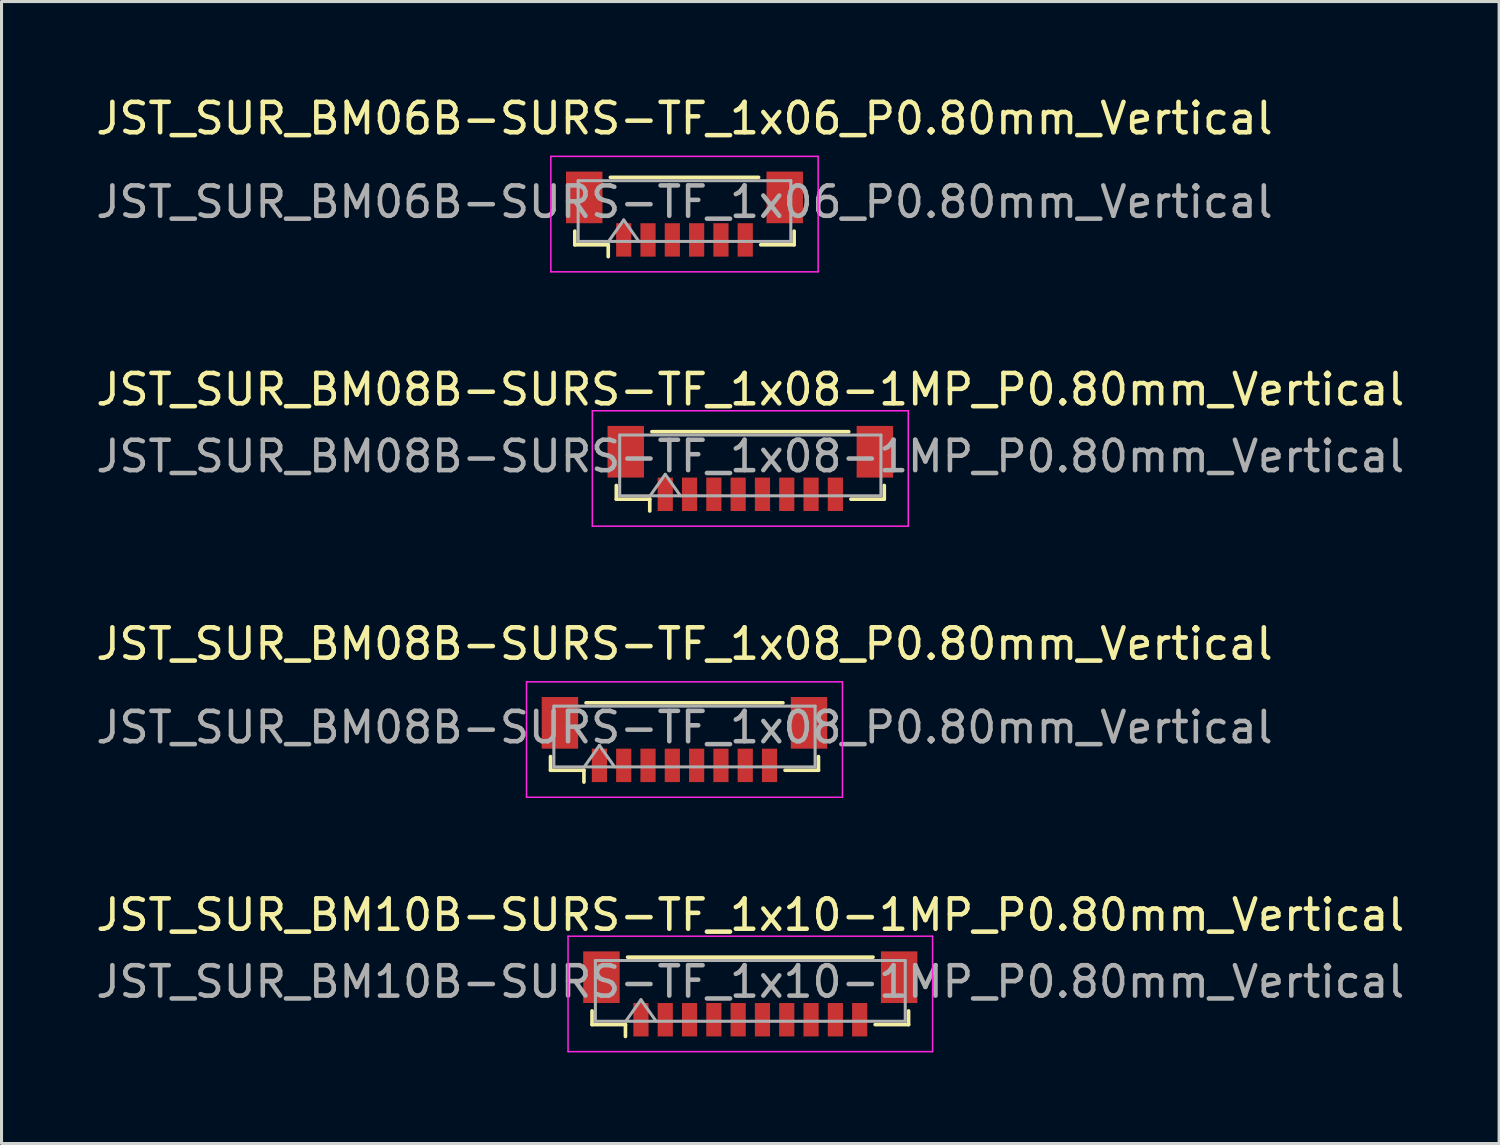
<source format=kicad_pcb>
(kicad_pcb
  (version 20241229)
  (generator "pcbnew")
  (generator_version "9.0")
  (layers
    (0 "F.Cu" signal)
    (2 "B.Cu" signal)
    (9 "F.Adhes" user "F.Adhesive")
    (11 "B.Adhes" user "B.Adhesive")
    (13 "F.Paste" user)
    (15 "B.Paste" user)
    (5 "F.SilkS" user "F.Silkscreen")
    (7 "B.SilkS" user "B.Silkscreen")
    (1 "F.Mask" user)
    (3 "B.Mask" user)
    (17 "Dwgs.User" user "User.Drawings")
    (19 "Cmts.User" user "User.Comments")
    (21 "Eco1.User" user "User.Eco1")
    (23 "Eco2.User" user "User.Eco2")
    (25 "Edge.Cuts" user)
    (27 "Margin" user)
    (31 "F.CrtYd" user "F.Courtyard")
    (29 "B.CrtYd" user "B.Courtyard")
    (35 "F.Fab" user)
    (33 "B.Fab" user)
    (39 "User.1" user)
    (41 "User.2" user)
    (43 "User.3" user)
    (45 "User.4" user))
  (footprint "JST_SUR_BM08B-SURS-TF_1x08-1MP_P0.80mm_Vertical"
    (layer "F.Cu")
    (at 21.649 12.371)
    (property "Reference" "JST_SUR_BM08B-SURS-TF_1x08-1MP_P0.80mm_Vertical" (at 0 -2.6 0) (layer "F.SilkS") (effects (font (size 1 1) (thickness 0.15))))
    (attr smd)
    (fp_line (start -4.41 0.56) (end -4.41 1.01) (stroke (width 0.12) (type solid)) (layer "F.SilkS"))
    (fp_line (start -4.41 1.01) (end -3.31 1.01) (stroke (width 0.12) (type solid)) (layer "F.SilkS"))
    (fp_line (start -3.31 1.01) (end -3.31 1.4) (stroke (width 0.12) (type solid)) (layer "F.SilkS"))
    (fp_line (start -3.24 -1.21) (end 3.24 -1.21) (stroke (width 0.12) (type solid)) (layer "F.SilkS"))
    (fp_line (start 4.41 0.56) (end 4.41 1.01) (stroke (width 0.12) (type solid)) (layer "F.SilkS"))
    (fp_line (start 4.41 1.01) (end 3.31 1.01) (stroke (width 0.12) (type solid)) (layer "F.SilkS"))
    (fp_line (start -5.2 -1.9) (end -5.2 1.9) (stroke (width 0.05) (type solid)) (layer "F.CrtYd"))
    (fp_line (start -5.2 1.9) (end 5.2 1.9) (stroke (width 0.05) (type solid)) (layer "F.CrtYd"))
    (fp_line (start 5.2 -1.9) (end -5.2 -1.9) (stroke (width 0.05) (type solid)) (layer "F.CrtYd"))
    (fp_line (start 5.2 1.9) (end 5.2 -1.9) (stroke (width 0.05) (type solid)) (layer "F.CrtYd"))
    (fp_line (start -4.3 -1.1) (end 4.3 -1.1) (stroke (width 0.1) (type solid)) (layer "F.Fab"))
    (fp_line (start -4.3 0.9) (end -4.3 -1.1) (stroke (width 0.1) (type solid)) (layer "F.Fab"))
    (fp_line (start -4.3 0.9) (end 4.3 0.9) (stroke (width 0.1) (type solid)) (layer "F.Fab"))
    (fp_line (start -3.3 0.9) (end -2.8 0.193) (stroke (width 0.1) (type solid)) (layer "F.Fab"))
    (fp_line (start -2.8 0.193) (end -2.3 0.9) (stroke (width 0.1) (type solid)) (layer "F.Fab"))
    (fp_line (start 4.3 0.9) (end 4.3 -1.1) (stroke (width 0.1) (type solid)) (layer "F.Fab"))
    (fp_text user "${REFERENCE}" (at 0 -0.4 0) (layer "F.Fab") (effects (font (size 1 1) (thickness 0.15))))
    (pad "1" smd rect (at -2.8 0.85) (size 0.5 1.1) (layers "F.Cu" "F.Mask" "F.Paste"))
    (pad "2" smd rect (at -2 0.85) (size 0.5 1.1) (layers "F.Cu" "F.Mask" "F.Paste"))
    (pad "3" smd rect (at -1.2 0.85) (size 0.5 1.1) (layers "F.Cu" "F.Mask" "F.Paste"))
    (pad "4" smd rect (at -0.4 0.85) (size 0.5 1.1) (layers "F.Cu" "F.Mask" "F.Paste"))
    (pad "5" smd rect (at 0.4 0.85) (size 0.5 1.1) (layers "F.Cu" "F.Mask" "F.Paste"))
    (pad "6" smd rect (at 1.2 0.85) (size 0.5 1.1) (layers "F.Cu" "F.Mask" "F.Paste"))
    (pad "7" smd rect (at 2 0.85) (size 0.5 1.1) (layers "F.Cu" "F.Mask" "F.Paste"))
    (pad "8" smd rect (at 2.8 0.85) (size 0.5 1.1) (layers "F.Cu" "F.Mask" "F.Paste"))
    (pad "MP" smd rect (at -4.1 -0.55) (size 1.2 1.7) (layers "F.Cu" "F.Mask" "F.Paste"))
    (pad "MP" smd rect (at 4.1 -0.55) (size 1.2 1.7) (layers "F.Cu" "F.Mask" "F.Paste")))
  (footprint "JST_SUR_BM08B-SURS-TF_1x08_P0.80mm_Vertical"
    (layer "F.Cu")
    (at 19.482 21.295)
    (property "Reference" "JST_SUR_BM08B-SURS-TF_1x08_P0.80mm_Vertical" (at 0 -3.15 0) (layer "F.SilkS") (effects (font (size 1 1) (thickness 0.15))))
    (attr smd)
    (fp_line (start -4.41 0.56) (end -4.41 1.01) (stroke (width 0.12) (type solid)) (layer "F.SilkS"))
    (fp_line (start -4.41 1.01) (end -3.31 1.01) (stroke (width 0.12) (type solid)) (layer "F.SilkS"))
    (fp_line (start -3.31 1.01) (end -3.31 1.4) (stroke (width 0.12) (type solid)) (layer "F.SilkS"))
    (fp_line (start -3.24 -1.21) (end 3.24 -1.21) (stroke (width 0.12) (type solid)) (layer "F.SilkS"))
    (fp_line (start 4.41 0.56) (end 4.41 1.01) (stroke (width 0.12) (type solid)) (layer "F.SilkS"))
    (fp_line (start 4.41 1.01) (end 3.31 1.01) (stroke (width 0.12) (type solid)) (layer "F.SilkS"))
    (fp_line (start -5.2 -1.9) (end -5.2 1.9) (stroke (width 0.05) (type solid)) (layer "F.CrtYd"))
    (fp_line (start -5.2 1.9) (end 5.2 1.9) (stroke (width 0.05) (type solid)) (layer "F.CrtYd"))
    (fp_line (start 5.2 -1.9) (end -5.2 -1.9) (stroke (width 0.05) (type solid)) (layer "F.CrtYd"))
    (fp_line (start 5.2 1.9) (end 5.2 -1.9) (stroke (width 0.05) (type solid)) (layer "F.CrtYd"))
    (fp_line (start -4.3 -1.1) (end 4.3 -1.1) (stroke (width 0.1) (type solid)) (layer "F.Fab"))
    (fp_line (start -4.3 0.9) (end -4.3 -1.1) (stroke (width 0.1) (type solid)) (layer "F.Fab"))
    (fp_line (start -4.3 0.9) (end 4.3 0.9) (stroke (width 0.1) (type solid)) (layer "F.Fab"))
    (fp_line (start -3.3 0.9) (end -2.8 0.193) (stroke (width 0.1) (type solid)) (layer "F.Fab"))
    (fp_line (start -2.8 0.193) (end -2.3 0.9) (stroke (width 0.1) (type solid)) (layer "F.Fab"))
    (fp_line (start 4.3 0.9) (end 4.3 -1.1) (stroke (width 0.1) (type solid)) (layer "F.Fab"))
    (fp_text user "${REFERENCE}" (at 0 -0.4 0) (layer "F.Fab") (effects (font (size 1 1) (thickness 0.15))))
    (pad "" smd rect (at -4.1 -0.55) (size 1.2 1.7) (layers "F.Cu" "F.Mask" "F.Paste"))
    (pad "" smd rect (at 4.1 -0.55) (size 1.2 1.7) (layers "F.Cu" "F.Mask" "F.Paste"))
    (pad "1" smd rect (at -2.8 0.85) (size 0.5 1.1) (layers "F.Cu" "F.Mask" "F.Paste"))
    (pad "2" smd rect (at -2 0.85) (size 0.5 1.1) (layers "F.Cu" "F.Mask" "F.Paste"))
    (pad "3" smd rect (at -1.2 0.85) (size 0.5 1.1) (layers "F.Cu" "F.Mask" "F.Paste"))
    (pad "4" smd rect (at -0.4 0.85) (size 0.5 1.1) (layers "F.Cu" "F.Mask" "F.Paste"))
    (pad "5" smd rect (at 0.4 0.85) (size 0.5 1.1) (layers "F.Cu" "F.Mask" "F.Paste"))
    (pad "6" smd rect (at 1.2 0.85) (size 0.5 1.1) (layers "F.Cu" "F.Mask" "F.Paste"))
    (pad "7" smd rect (at 2 0.85) (size 0.5 1.1) (layers "F.Cu" "F.Mask" "F.Paste"))
    (pad "8" smd rect (at 2.8 0.85) (size 0.5 1.1) (layers "F.Cu" "F.Mask" "F.Paste")))
  (footprint "JST_SUR_BM06B-SURS-TF_1x06_P0.80mm_Vertical"
    (layer "F.Cu")
    (at 19.482 3.998)
    (property "Reference" "JST_SUR_BM06B-SURS-TF_1x06_P0.80mm_Vertical" (at 0 -3.15 0) (layer "F.SilkS") (effects (font (size 1 1) (thickness 0.15))))
    (attr smd)
    (fp_line (start -3.61 0.56) (end -3.61 1.01) (stroke (width 0.12) (type solid)) (layer "F.SilkS"))
    (fp_line (start -3.61 1.01) (end -2.51 1.01) (stroke (width 0.12) (type solid)) (layer "F.SilkS"))
    (fp_line (start -2.51 1.01) (end -2.51 1.4) (stroke (width 0.12) (type solid)) (layer "F.SilkS"))
    (fp_line (start -2.44 -1.21) (end 2.44 -1.21) (stroke (width 0.12) (type solid)) (layer "F.SilkS"))
    (fp_line (start 3.61 0.56) (end 3.61 1.01) (stroke (width 0.12) (type solid)) (layer "F.SilkS"))
    (fp_line (start 3.61 1.01) (end 2.51 1.01) (stroke (width 0.12) (type solid)) (layer "F.SilkS"))
    (fp_line (start -4.4 -1.9) (end -4.4 1.9) (stroke (width 0.05) (type solid)) (layer "F.CrtYd"))
    (fp_line (start -4.4 1.9) (end 4.4 1.9) (stroke (width 0.05) (type solid)) (layer "F.CrtYd"))
    (fp_line (start 4.4 -1.9) (end -4.4 -1.9) (stroke (width 0.05) (type solid)) (layer "F.CrtYd"))
    (fp_line (start 4.4 1.9) (end 4.4 -1.9) (stroke (width 0.05) (type solid)) (layer "F.CrtYd"))
    (fp_line (start -3.5 -1.1) (end 3.5 -1.1) (stroke (width 0.1) (type solid)) (layer "F.Fab"))
    (fp_line (start -3.5 0.9) (end -3.5 -1.1) (stroke (width 0.1) (type solid)) (layer "F.Fab"))
    (fp_line (start -3.5 0.9) (end 3.5 0.9) (stroke (width 0.1) (type solid)) (layer "F.Fab"))
    (fp_line (start -2.5 0.9) (end -2 0.193) (stroke (width 0.1) (type solid)) (layer "F.Fab"))
    (fp_line (start -2 0.193) (end -1.5 0.9) (stroke (width 0.1) (type solid)) (layer "F.Fab"))
    (fp_line (start 3.5 0.9) (end 3.5 -1.1) (stroke (width 0.1) (type solid)) (layer "F.Fab"))
    (fp_text user "${REFERENCE}" (at 0 -0.4 0) (layer "F.Fab") (effects (font (size 1 1) (thickness 0.15))))
    (pad "" smd rect (at -3.3 -0.55) (size 1.2 1.7) (layers "F.Cu" "F.Mask" "F.Paste"))
    (pad "" smd rect (at 3.3 -0.55) (size 1.2 1.7) (layers "F.Cu" "F.Mask" "F.Paste"))
    (pad "1" smd rect (at -2 0.85) (size 0.5 1.1) (layers "F.Cu" "F.Mask" "F.Paste"))
    (pad "2" smd rect (at -1.2 0.85) (size 0.5 1.1) (layers "F.Cu" "F.Mask" "F.Paste"))
    (pad "3" smd rect (at -0.4 0.85) (size 0.5 1.1) (layers "F.Cu" "F.Mask" "F.Paste"))
    (pad "4" smd rect (at 0.4 0.85) (size 0.5 1.1) (layers "F.Cu" "F.Mask" "F.Paste"))
    (pad "5" smd rect (at 1.2 0.85) (size 0.5 1.1) (layers "F.Cu" "F.Mask" "F.Paste"))
    (pad "6" smd rect (at 2 0.85) (size 0.5 1.1) (layers "F.Cu" "F.Mask" "F.Paste")))
  (footprint "JST_SUR_BM10B-SURS-TF_1x10-1MP_P0.80mm_Vertical"
    (layer "F.Cu")
    (at 21.649 29.668)
    (property "Reference" "JST_SUR_BM10B-SURS-TF_1x10-1MP_P0.80mm_Vertical" (at 0 -2.6 0) (layer "F.SilkS") (effects (font (size 1 1) (thickness 0.15))))
    (attr smd)
    (fp_line (start -5.21 0.56) (end -5.21 1.01) (stroke (width 0.12) (type solid)) (layer "F.SilkS"))
    (fp_line (start -5.21 1.01) (end -4.11 1.01) (stroke (width 0.12) (type solid)) (layer "F.SilkS"))
    (fp_line (start -4.11 1.01) (end -4.11 1.4) (stroke (width 0.12) (type solid)) (layer "F.SilkS"))
    (fp_line (start -4.04 -1.21) (end 4.04 -1.21) (stroke (width 0.12) (type solid)) (layer "F.SilkS"))
    (fp_line (start 5.21 0.56) (end 5.21 1.01) (stroke (width 0.12) (type solid)) (layer "F.SilkS"))
    (fp_line (start 5.21 1.01) (end 4.11 1.01) (stroke (width 0.12) (type solid)) (layer "F.SilkS"))
    (fp_line (start -6 -1.9) (end -6 1.9) (stroke (width 0.05) (type solid)) (layer "F.CrtYd"))
    (fp_line (start -6 1.9) (end 6 1.9) (stroke (width 0.05) (type solid)) (layer "F.CrtYd"))
    (fp_line (start 6 -1.9) (end -6 -1.9) (stroke (width 0.05) (type solid)) (layer "F.CrtYd"))
    (fp_line (start 6 1.9) (end 6 -1.9) (stroke (width 0.05) (type solid)) (layer "F.CrtYd"))
    (fp_line (start -5.1 -1.1) (end 5.1 -1.1) (stroke (width 0.1) (type solid)) (layer "F.Fab"))
    (fp_line (start -5.1 0.9) (end -5.1 -1.1) (stroke (width 0.1) (type solid)) (layer "F.Fab"))
    (fp_line (start -5.1 0.9) (end 5.1 0.9) (stroke (width 0.1) (type solid)) (layer "F.Fab"))
    (fp_line (start -4.1 0.9) (end -3.6 0.193) (stroke (width 0.1) (type solid)) (layer "F.Fab"))
    (fp_line (start -3.6 0.193) (end -3.1 0.9) (stroke (width 0.1) (type solid)) (layer "F.Fab"))
    (fp_line (start 5.1 0.9) (end 5.1 -1.1) (stroke (width 0.1) (type solid)) (layer "F.Fab"))
    (fp_text user "${REFERENCE}" (at 0 -0.4 0) (layer "F.Fab") (effects (font (size 1 1) (thickness 0.15))))
    (pad "1" smd rect (at -3.6 0.85) (size 0.5 1.1) (layers "F.Cu" "F.Mask" "F.Paste"))
    (pad "2" smd rect (at -2.8 0.85) (size 0.5 1.1) (layers "F.Cu" "F.Mask" "F.Paste"))
    (pad "3" smd rect (at -2 0.85) (size 0.5 1.1) (layers "F.Cu" "F.Mask" "F.Paste"))
    (pad "4" smd rect (at -1.2 0.85) (size 0.5 1.1) (layers "F.Cu" "F.Mask" "F.Paste"))
    (pad "5" smd rect (at -0.4 0.85) (size 0.5 1.1) (layers "F.Cu" "F.Mask" "F.Paste"))
    (pad "6" smd rect (at 0.4 0.85) (size 0.5 1.1) (layers "F.Cu" "F.Mask" "F.Paste"))
    (pad "7" smd rect (at 1.2 0.85) (size 0.5 1.1) (layers "F.Cu" "F.Mask" "F.Paste"))
    (pad "8" smd rect (at 2 0.85) (size 0.5 1.1) (layers "F.Cu" "F.Mask" "F.Paste"))
    (pad "9" smd rect (at 2.8 0.85) (size 0.5 1.1) (layers "F.Cu" "F.Mask" "F.Paste"))
    (pad "10" smd rect (at 3.6 0.85) (size 0.5 1.1) (layers "F.Cu" "F.Mask" "F.Paste"))
    (pad "MP" smd rect (at -4.9 -0.55) (size 1.2 1.7) (layers "F.Cu" "F.Mask" "F.Paste"))
    (pad "MP" smd rect (at 4.9 -0.55) (size 1.2 1.7) (layers "F.Cu" "F.Mask" "F.Paste")))
  (gr_rect
    (start -3 -3)
    (end 46.298 34.593)
    (stroke (width 0.1) (type default))
    (fill no)
    (layer "Edge.Cuts")))
</source>
